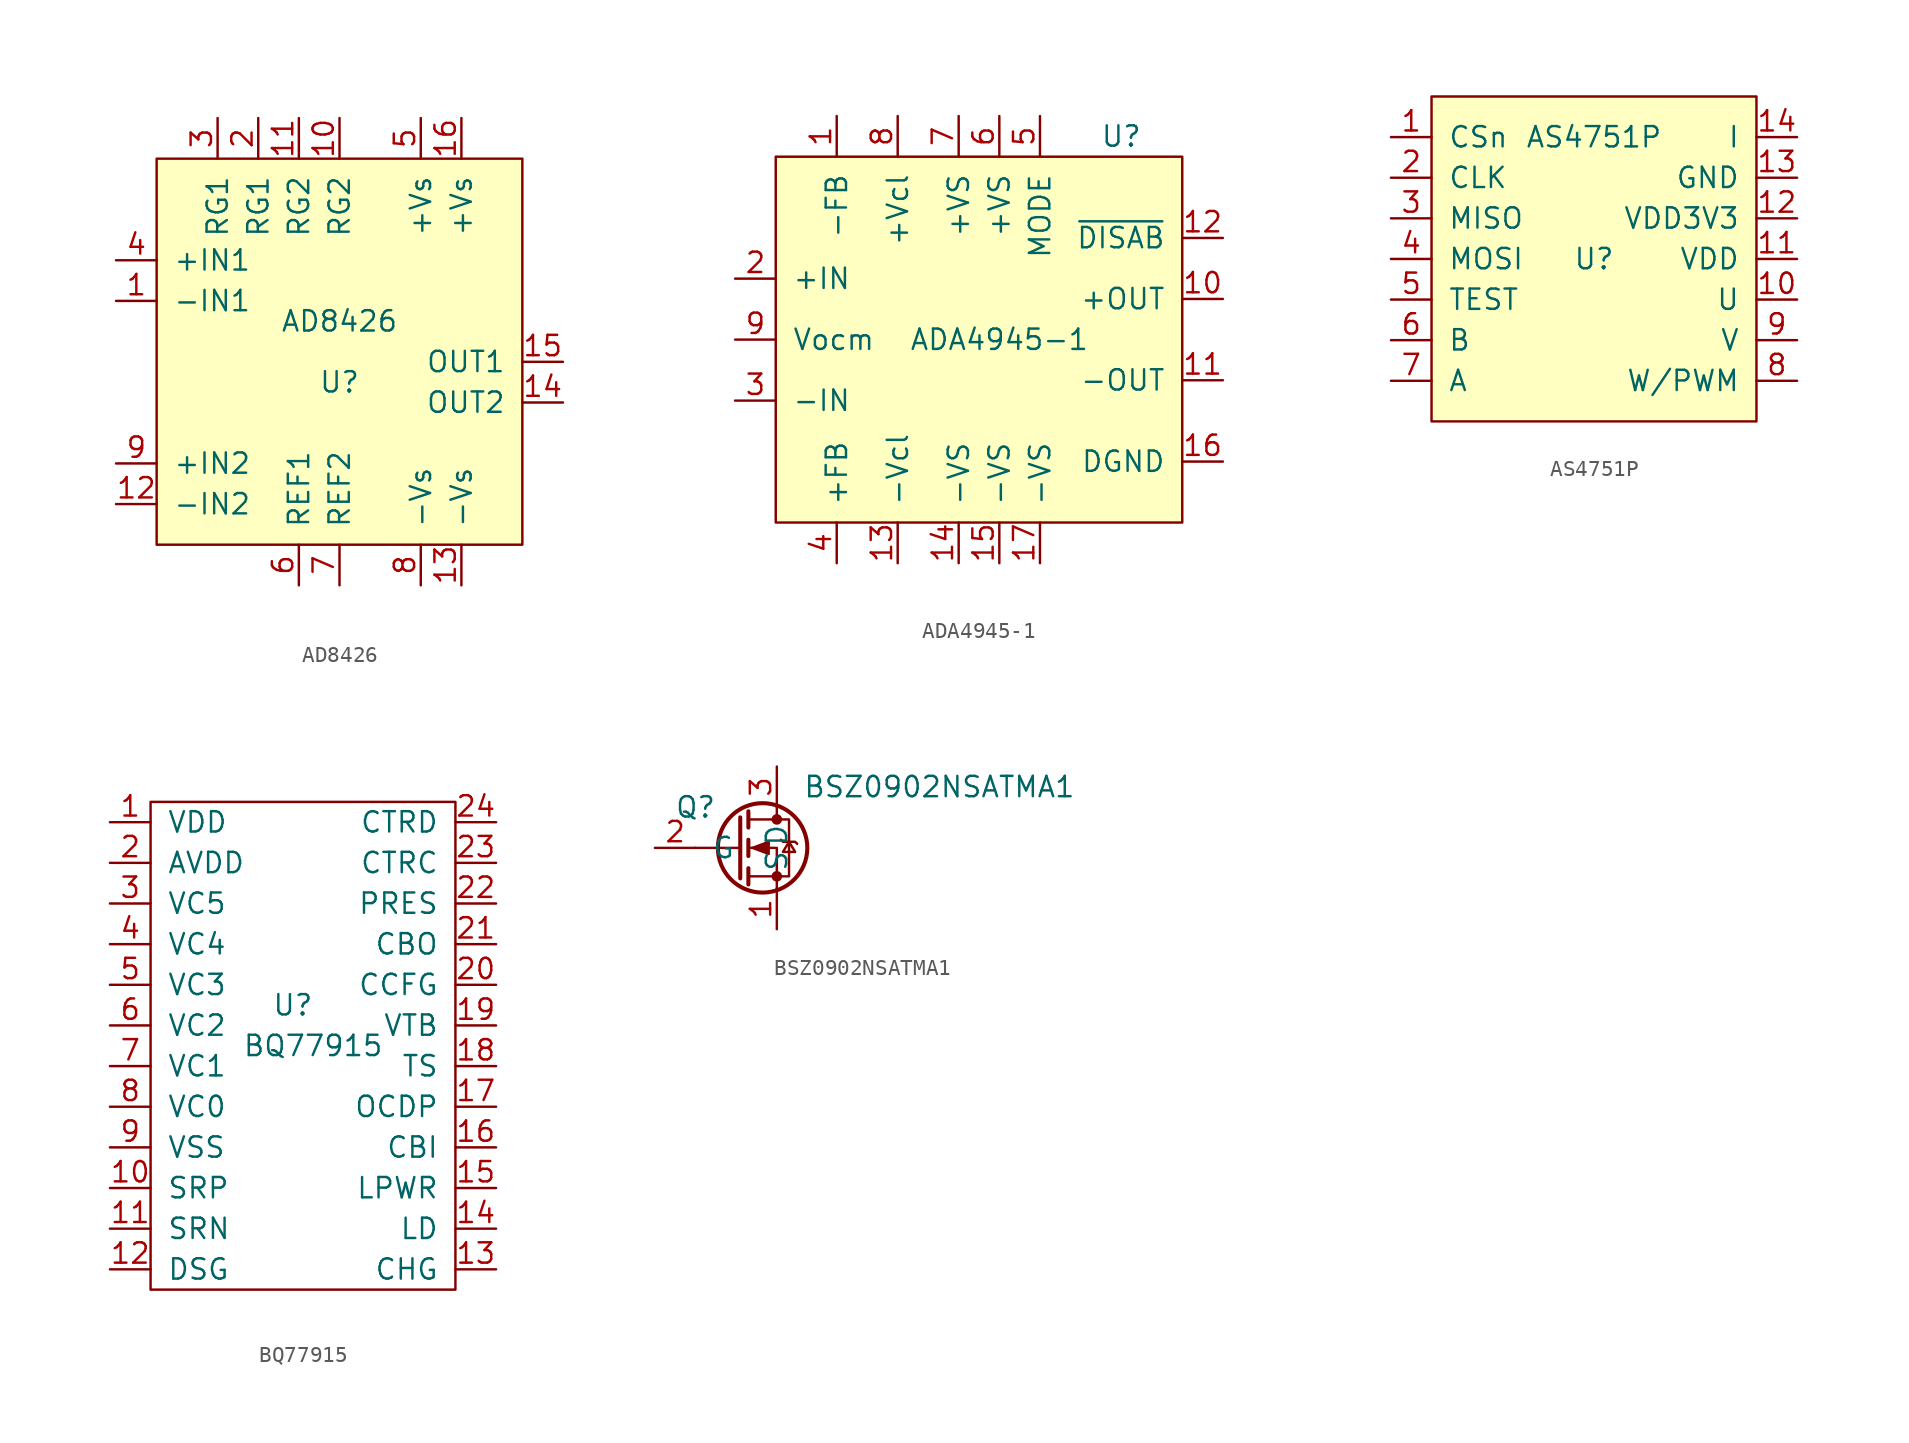
<source format=kicad_sym>
(kicad_symbol_lib
  (version 20211014)
  (generator kicad_symbol_editor)
  (symbol "AD8426"
    (pin_names
      (offset 1.016))
    (property "Reference" "U"
      (at 0 0 0)
      (effects (font (size 1.27 1.27))))
    (property "Value" "AD8426"
      (at 0 3.81 0)
      (effects (font (size 1.27 1.27))))
    (symbol "AD8426_0_1"
      (rectangle (start 11.43 13.97) (end -11.43 -10.16) (stroke (width 0) (type default) (color 0 0 0 0)) (fill (type background))))
    (symbol "AD8426_1_1"
      (pin input line (at -13.97 5.08 0) (length 2.54) (name "-IN1" (effects (font (size 1.27 1.27)))) (number "1" (effects (font (size 1.27 1.27)))))
      (pin input line (at 0 16.51 270) (length 2.54) (name "RG2" (effects (font (size 1.27 1.27)))) (number "10" (effects (font (size 1.27 1.27)))))
      (pin input line (at -2.54 16.51 270) (length 2.54) (name "RG2" (effects (font (size 1.27 1.27)))) (number "11" (effects (font (size 1.27 1.27)))))
      (pin input line (at -13.97 -7.62 0) (length 2.54) (name "-IN2" (effects (font (size 1.27 1.27)))) (number "12" (effects (font (size 1.27 1.27)))))
      (pin input line (at 7.62 -12.7 90) (length 2.54) (name "-Vs" (effects (font (size 1.27 1.27)))) (number "13" (effects (font (size 1.27 1.27)))))
      (pin input line (at 13.97 -1.27 180) (length 2.54) (name "OUT2" (effects (font (size 1.27 1.27)))) (number "14" (effects (font (size 1.27 1.27)))))
      (pin input line (at 13.97 1.27 180) (length 2.54) (name "OUT1" (effects (font (size 1.27 1.27)))) (number "15" (effects (font (size 1.27 1.27)))))
      (pin input line (at 7.62 16.51 270) (length 2.54) (name "+Vs" (effects (font (size 1.27 1.27)))) (number "16" (effects (font (size 1.27 1.27)))))
      (pin input line (at -5.08 16.51 270) (length 2.54) (name "RG1" (effects (font (size 1.27 1.27)))) (number "2" (effects (font (size 1.27 1.27)))))
      (pin input line (at -7.62 16.51 270) (length 2.54) (name "RG1" (effects (font (size 1.27 1.27)))) (number "3" (effects (font (size 1.27 1.27)))))
      (pin input line (at -13.97 7.62 0) (length 2.54) (name "+IN1" (effects (font (size 1.27 1.27)))) (number "4" (effects (font (size 1.27 1.27)))))
      (pin input line (at 5.08 16.51 270) (length 2.54) (name "+Vs" (effects (font (size 1.27 1.27)))) (number "5" (effects (font (size 1.27 1.27)))))
      (pin input line (at -2.54 -12.7 90) (length 2.54) (name "REF1" (effects (font (size 1.27 1.27)))) (number "6" (effects (font (size 1.27 1.27)))))
      (pin input line (at 0 -12.7 90) (length 2.54) (name "REF2" (effects (font (size 1.27 1.27)))) (number "7" (effects (font (size 1.27 1.27)))))
      (pin input line (at 5.08 -12.7 90) (length 2.54) (name "-Vs" (effects (font (size 1.27 1.27)))) (number "8" (effects (font (size 1.27 1.27)))))
      (pin input line (at -13.97 -5.08 0) (length 2.54) (name "+IN2" (effects (font (size 1.27 1.27)))) (number "9" (effects (font (size 1.27 1.27)))))))
  (symbol "ADA4945-1"
    (pin_names
      (offset 1.016))
    (property "Reference" "U"
      (at 8.89 12.7 0)
      (effects (font (size 1.27 1.27))))
    (property "Value" "ADA4945-1"
      (at 1.27 0 0)
      (effects (font (size 1.27 1.27))))
    (symbol "ADA4945-1_0_1"
      (rectangle (start 12.7 11.43) (end -12.7 -11.43) (stroke (width 0) (type default) (color 0 0 0 0)) (fill (type background))))
    (symbol "ADA4945-1_1_1"
      (pin input line (at -8.89 13.97 270) (length 2.54) (name "-FB" (effects (font (size 1.27 1.27)))) (number "1" (effects (font (size 1.27 1.27)))))
      (pin input line (at 15.24 2.54 180) (length 2.54) (name "+OUT" (effects (font (size 1.27 1.27)))) (number "10" (effects (font (size 1.27 1.27)))))
      (pin input line (at 15.24 -2.54 180) (length 2.54) (name "-OUT" (effects (font (size 1.27 1.27)))) (number "11" (effects (font (size 1.27 1.27)))))
      (pin input line (at 15.24 6.35 180) (length 2.54) (name "~{DISAB}" (effects (font (size 1.27 1.27)))) (number "12" (effects (font (size 1.27 1.27)))))
      (pin input line (at -5.08 -13.97 90) (length 2.54) (name "-Vcl" (effects (font (size 1.27 1.27)))) (number "13" (effects (font (size 1.27 1.27)))))
      (pin input line (at -1.27 -13.97 90) (length 2.54) (name "-VS" (effects (font (size 1.27 1.27)))) (number "14" (effects (font (size 1.27 1.27)))))
      (pin input line (at 1.27 -13.97 90) (length 2.54) (name "-VS" (effects (font (size 1.27 1.27)))) (number "15" (effects (font (size 1.27 1.27)))))
      (pin input line (at 15.24 -7.62 180) (length 2.54) (name "DGND" (effects (font (size 1.27 1.27)))) (number "16" (effects (font (size 1.27 1.27)))))
      (pin input line (at 3.81 -13.97 90) (length 2.54) (name "-VS" (effects (font (size 1.27 1.27)))) (number "17" (effects (font (size 1.27 1.27)))))
      (pin input line (at -15.24 3.81 0) (length 2.54) (name "+IN" (effects (font (size 1.27 1.27)))) (number "2" (effects (font (size 1.27 1.27)))))
      (pin input line (at -15.24 -3.81 0) (length 2.54) (name "-IN" (effects (font (size 1.27 1.27)))) (number "3" (effects (font (size 1.27 1.27)))))
      (pin input line (at -8.89 -13.97 90) (length 2.54) (name "+FB" (effects (font (size 1.27 1.27)))) (number "4" (effects (font (size 1.27 1.27)))))
      (pin input line (at 3.81 13.97 270) (length 2.54) (name "MODE" (effects (font (size 1.27 1.27)))) (number "5" (effects (font (size 1.27 1.27)))))
      (pin input line (at 1.27 13.97 270) (length 2.54) (name "+VS" (effects (font (size 1.27 1.27)))) (number "6" (effects (font (size 1.27 1.27)))))
      (pin input line (at -1.27 13.97 270) (length 2.54) (name "+VS" (effects (font (size 1.27 1.27)))) (number "7" (effects (font (size 1.27 1.27)))))
      (pin input line (at -5.08 13.97 270) (length 2.54) (name "+Vcl" (effects (font (size 1.27 1.27)))) (number "8" (effects (font (size 1.27 1.27)))))
      (pin input line (at -15.24 0 0) (length 2.54) (name "Vocm" (effects (font (size 1.27 1.27)))) (number "9" (effects (font (size 1.27 1.27)))))))
  (symbol "AS4751P"
    (pin_names
      (offset 1.016))
    (property "Reference" "U"
      (at 0 0 0)
      (effects (font (size 1.27 1.27))))
    (property "Value" "AS4751P"
      (at 0 7.62 0)
      (effects (font (size 1.27 1.27))))
    (symbol "AS4751P_0_1"
      (rectangle (start 10.16 10.16) (end -10.16 -10.16) (stroke (width 0) (type default) (color 0 0 0 0)) (fill (type background))))
    (symbol "AS4751P_1_1"
      (pin input line (at -12.7 7.62 0) (length 2.54) (name "CSn" (effects (font (size 1.27 1.27)))) (number "1" (effects (font (size 1.27 1.27)))))
      (pin output line (at 12.7 -2.54 180) (length 2.54) (name "U" (effects (font (size 1.27 1.27)))) (number "10" (effects (font (size 1.27 1.27)))))
      (pin power_in line (at 12.7 0 180) (length 2.54) (name "VDD" (effects (font (size 1.27 1.27)))) (number "11" (effects (font (size 1.27 1.27)))))
      (pin power_in line (at 12.7 2.54 180) (length 2.54) (name "VDD3V3" (effects (font (size 1.27 1.27)))) (number "12" (effects (font (size 1.27 1.27)))))
      (pin power_in line (at 12.7 5.08 180) (length 2.54) (name "GND" (effects (font (size 1.27 1.27)))) (number "13" (effects (font (size 1.27 1.27)))))
      (pin output line (at 12.7 7.62 180) (length 2.54) (name "I" (effects (font (size 1.27 1.27)))) (number "14" (effects (font (size 1.27 1.27)))))
      (pin input line (at -12.7 5.08 0) (length 2.54) (name "CLK" (effects (font (size 1.27 1.27)))) (number "2" (effects (font (size 1.27 1.27)))))
      (pin input line (at -12.7 2.54 0) (length 2.54) (name "MISO" (effects (font (size 1.27 1.27)))) (number "3" (effects (font (size 1.27 1.27)))))
      (pin input line (at -12.7 0 0) (length 2.54) (name "MOSI" (effects (font (size 1.27 1.27)))) (number "4" (effects (font (size 1.27 1.27)))))
      (pin input line (at -12.7 -2.54 0) (length 2.54) (name "TEST" (effects (font (size 1.27 1.27)))) (number "5" (effects (font (size 1.27 1.27)))))
      (pin output line (at -12.7 -5.08 0) (length 2.54) (name "B" (effects (font (size 1.27 1.27)))) (number "6" (effects (font (size 1.27 1.27)))))
      (pin output line (at -12.7 -7.62 0) (length 2.54) (name "A" (effects (font (size 1.27 1.27)))) (number "7" (effects (font (size 1.27 1.27)))))
      (pin output line (at 12.7 -7.62 180) (length 2.54) (name "W/PWM" (effects (font (size 1.27 1.27)))) (number "8" (effects (font (size 1.27 1.27)))))
      (pin output line (at 12.7 -5.08 180) (length 2.54) (name "V" (effects (font (size 1.27 1.27)))) (number "9" (effects (font (size 1.27 1.27)))))))
  (symbol "BQ77915"
    (pin_names
      (offset 1.016))
    (property "Reference" "U"
      (at 0 2.54 0)
      (effects (font (size 1.27 1.27))))
    (property "Value" "BQ77915"
      (at 1.27 0 0)
      (effects (font (size 1.27 1.27))))
    (symbol "BQ77915_0_1"
      (rectangle (start -8.89 15.24) (end 10.16 -15.24) (stroke (width 0) (type default) (color 0 0 0 0)) (fill (type none))))
    (symbol "BQ77915_1_1"
      (pin power_in line (at -11.43 13.97 0) (length 2.54) (name "VDD" (effects (font (size 1.27 1.27)))) (number "1" (effects (font (size 1.27 1.27)))))
      (pin input line (at -11.43 -8.89 0) (length 2.54) (name "SRP" (effects (font (size 1.27 1.27)))) (number "10" (effects (font (size 1.27 1.27)))))
      (pin input line (at -11.43 -11.43 0) (length 2.54) (name "SRN" (effects (font (size 1.27 1.27)))) (number "11" (effects (font (size 1.27 1.27)))))
      (pin output line (at -11.43 -13.97 0) (length 2.54) (name "DSG" (effects (font (size 1.27 1.27)))) (number "12" (effects (font (size 1.27 1.27)))))
      (pin output line (at 12.7 -13.97 180) (length 2.54) (name "CHG" (effects (font (size 1.27 1.27)))) (number "13" (effects (font (size 1.27 1.27)))))
      (pin input line (at 12.7 -11.43 180) (length 2.54) (name "LD" (effects (font (size 1.27 1.27)))) (number "14" (effects (font (size 1.27 1.27)))))
      (pin output line (at 12.7 -8.89 180) (length 2.54) (name "LPWR" (effects (font (size 1.27 1.27)))) (number "15" (effects (font (size 1.27 1.27)))))
      (pin input line (at 12.7 -6.35 180) (length 2.54) (name "CBI" (effects (font (size 1.27 1.27)))) (number "16" (effects (font (size 1.27 1.27)))))
      (pin input line (at 12.7 -3.81 180) (length 2.54) (name "OCDP" (effects (font (size 1.27 1.27)))) (number "17" (effects (font (size 1.27 1.27)))))
      (pin input line (at 12.7 -1.27 180) (length 2.54) (name "TS" (effects (font (size 1.27 1.27)))) (number "18" (effects (font (size 1.27 1.27)))))
      (pin output line (at 12.7 1.27 180) (length 2.54) (name "VTB" (effects (font (size 1.27 1.27)))) (number "19" (effects (font (size 1.27 1.27)))))
      (pin output line (at -11.43 11.43 0) (length 2.54) (name "AVDD" (effects (font (size 1.27 1.27)))) (number "2" (effects (font (size 1.27 1.27)))))
      (pin input line (at 12.7 3.81 180) (length 2.54) (name "CCFG" (effects (font (size 1.27 1.27)))) (number "20" (effects (font (size 1.27 1.27)))))
      (pin output line (at 12.7 6.35 180) (length 2.54) (name "CBO" (effects (font (size 1.27 1.27)))) (number "21" (effects (font (size 1.27 1.27)))))
      (pin input line (at 12.7 8.89 180) (length 2.54) (name "PRES" (effects (font (size 1.27 1.27)))) (number "22" (effects (font (size 1.27 1.27)))))
      (pin input line (at 12.7 11.43 180) (length 2.54) (name "CTRC" (effects (font (size 1.27 1.27)))) (number "23" (effects (font (size 1.27 1.27)))))
      (pin input line (at 12.7 13.97 180) (length 2.54) (name "CTRD" (effects (font (size 1.27 1.27)))) (number "24" (effects (font (size 1.27 1.27)))))
      (pin input line (at -11.43 8.89 0) (length 2.54) (name "VC5" (effects (font (size 1.27 1.27)))) (number "3" (effects (font (size 1.27 1.27)))))
      (pin input line (at -11.43 6.35 0) (length 2.54) (name "VC4" (effects (font (size 1.27 1.27)))) (number "4" (effects (font (size 1.27 1.27)))))
      (pin input line (at -11.43 3.81 0) (length 2.54) (name "VC3" (effects (font (size 1.27 1.27)))) (number "5" (effects (font (size 1.27 1.27)))))
      (pin input line (at -11.43 1.27 0) (length 2.54) (name "VC2" (effects (font (size 1.27 1.27)))) (number "6" (effects (font (size 1.27 1.27)))))
      (pin input line (at -11.43 -1.27 0) (length 2.54) (name "VC1" (effects (font (size 1.27 1.27)))) (number "7" (effects (font (size 1.27 1.27)))))
      (pin input line (at -11.43 -3.81 0) (length 2.54) (name "VC0" (effects (font (size 1.27 1.27)))) (number "8" (effects (font (size 1.27 1.27)))))
      (pin power_out line (at -11.43 -6.35 0) (length 2.54) (name "VSS" (effects (font (size 1.27 1.27)))) (number "9" (effects (font (size 1.27 1.27)))))))
  (symbol "BSZ0902NSATMA1"
    (pin_names
      (offset 1.016))
    (property "Reference" "Q"
      (at -3.81 2.54 0)
      (effects (font (size 1.27 1.27))))
    (property "Value" "BSZ0902NSATMA1"
      (at 11.43 3.81 0)
      (effects (font (size 1.27 1.27))))
    (symbol "BSZ0902NSATMA1_1_1"
      (polyline (pts (xy -1.016 0) (xy -3.81 0)) (stroke (width 0) (type default) (color 0 0 0 0)) (fill (type none)))
      (polyline (pts (xy -1.016 1.905) (xy -1.016 -1.905)) (stroke (width 0.254) (type default) (color 0 0 0 0)) (fill (type none)))
      (polyline (pts (xy -0.508 -1.27) (xy -0.508 -2.286)) (stroke (width 0.254) (type default) (color 0 0 0 0)) (fill (type none)))
      (polyline (pts (xy -0.508 0.508) (xy -0.508 -0.508)) (stroke (width 0.254) (type default) (color 0 0 0 0)) (fill (type none)))
      (polyline (pts (xy -0.508 2.286) (xy -0.508 1.27)) (stroke (width 0.254) (type default) (color 0 0 0 0)) (fill (type none)))
      (polyline (pts (xy 1.27 2.54) (xy 1.27 1.778)) (stroke (width 0) (type default) (color 0 0 0 0)) (fill (type none)))
      (polyline (pts (xy 1.27 -2.54) (xy 1.27 0) (xy -0.508 0)) (stroke (width 0) (type default) (color 0 0 0 0)) (fill (type none)))
      (polyline (pts (xy -0.508 -1.778) (xy 2.032 -1.778) (xy 2.032 1.778) (xy -0.508 1.778)) (stroke (width 0) (type default) (color 0 0 0 0)) (fill (type none)))
      (polyline (pts (xy -0.254 0) (xy 0.762 0.381) (xy 0.762 -0.381) (xy -0.254 0)) (stroke (width 0) (type default) (color 0 0 0 0)) (fill (type outline)))
      (polyline (pts (xy 1.524 0.508) (xy 1.651 0.381) (xy 2.413 0.381) (xy 2.54 0.254)) (stroke (width 0) (type default) (color 0 0 0 0)) (fill (type none)))
      (polyline (pts (xy 2.032 0.381) (xy 1.651 -0.254) (xy 2.413 -0.254) (xy 2.032 0.381)) (stroke (width 0) (type default) (color 0 0 0 0)) (fill (type none)))
      (circle (center 0.381 0) (radius 2.794) (stroke (width 0.254) (type default) (color 0 0 0 0)) (fill (type none)))
      (circle (center 1.27 -1.778) (radius 0.254) (stroke (width 0) (type default) (color 0 0 0 0)) (fill (type outline)))
      (circle (center 1.27 1.778) (radius 0.254) (stroke (width 0) (type default) (color 0 0 0 0)) (fill (type outline)))
      (pin passive line (at 1.27 -5.08 90) (length 2.54) (name "S" (effects (font (size 1.27 1.27)))) (number "1" (effects (font (size 1.27 1.27)))))
      (pin input line (at -6.35 0 0) (length 2.54) (name "G" (effects (font (size 1.27 1.27)))) (number "2" (effects (font (size 1.27 1.27)))))
      (pin passive line (at 1.27 5.08 270) (length 2.54) (name "D" (effects (font (size 1.27 1.27)))) (number "3" (effects (font (size 1.27 1.27))))))))
</source>
